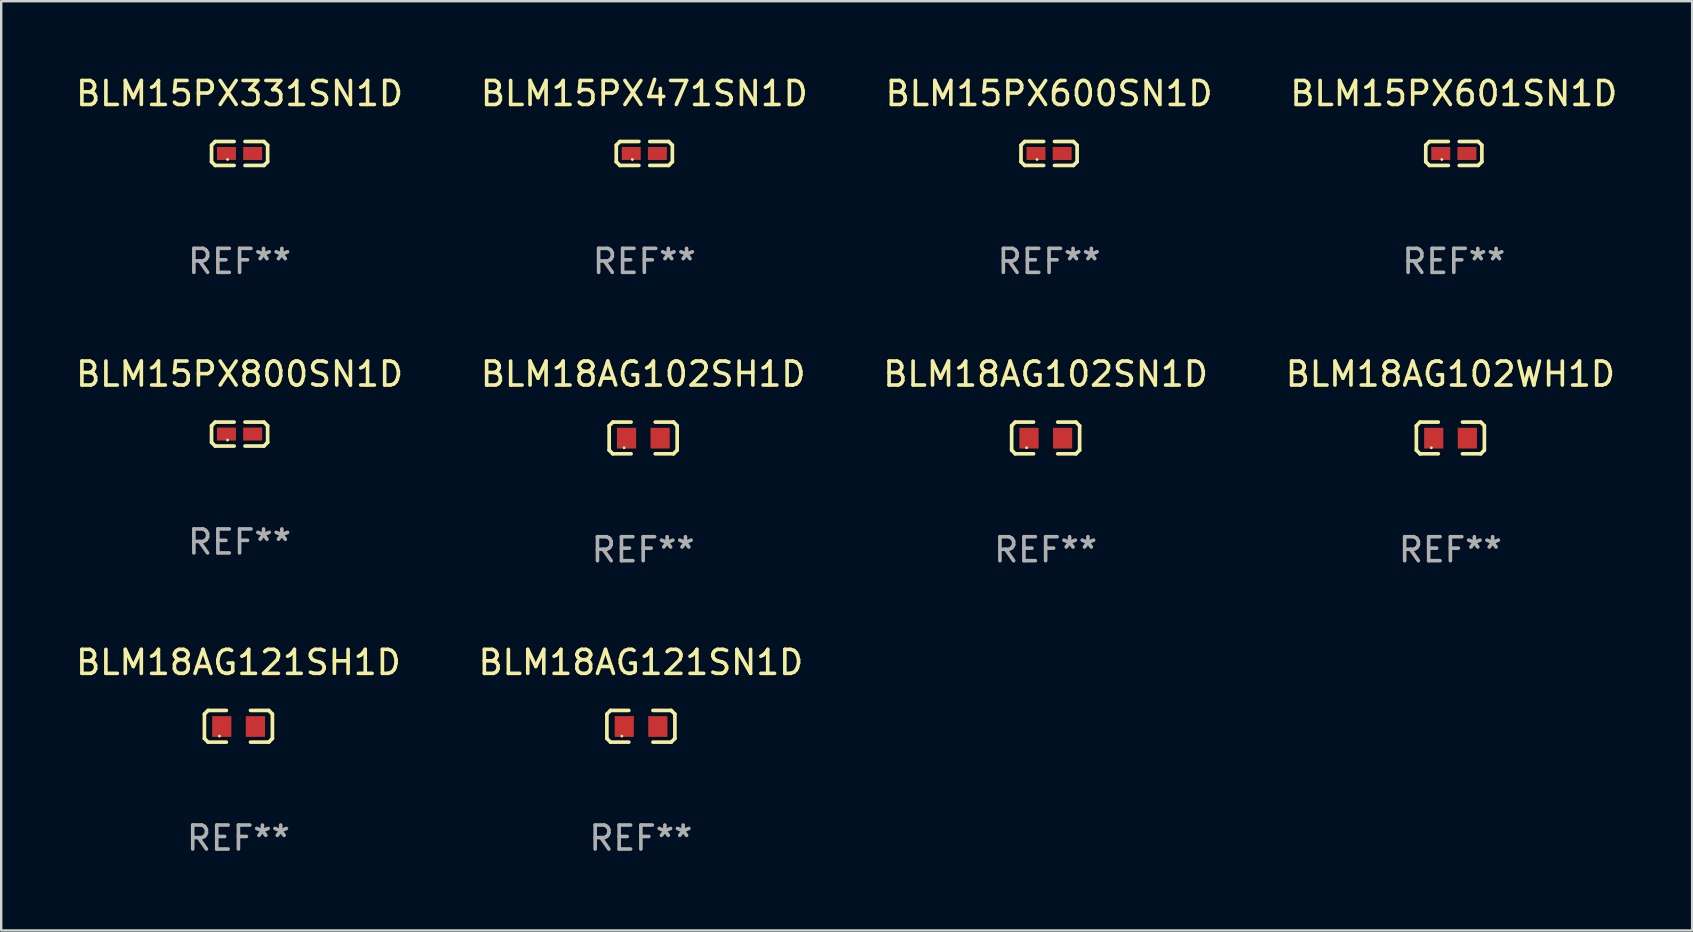
<source format=kicad_pcb>
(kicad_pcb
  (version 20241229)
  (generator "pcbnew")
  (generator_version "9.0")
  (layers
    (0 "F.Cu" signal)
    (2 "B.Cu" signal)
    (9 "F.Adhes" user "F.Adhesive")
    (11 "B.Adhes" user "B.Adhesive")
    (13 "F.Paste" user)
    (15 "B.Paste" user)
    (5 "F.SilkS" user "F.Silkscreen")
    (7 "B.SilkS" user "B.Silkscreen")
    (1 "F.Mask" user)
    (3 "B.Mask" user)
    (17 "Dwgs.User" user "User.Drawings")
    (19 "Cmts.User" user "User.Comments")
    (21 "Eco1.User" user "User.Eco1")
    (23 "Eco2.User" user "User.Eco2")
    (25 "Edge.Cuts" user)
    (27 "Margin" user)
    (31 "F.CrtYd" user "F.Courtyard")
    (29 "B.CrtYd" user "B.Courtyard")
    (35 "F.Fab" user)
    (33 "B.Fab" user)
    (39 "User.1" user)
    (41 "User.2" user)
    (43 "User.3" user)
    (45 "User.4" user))
  (footprint "BLM15PX471SN1D"
    (layer "F.Cu")
    (at 23.804 3.347)
    (property "Reference" "BLM15PX471SN1D" (at 0 -2.499 0) (layer "F.SilkS") (effects (font (size 1 1) (thickness 0.15))))
    (attr through_hole)
    (fp_line (start -1.169 -0.346) (end -1.016 -0.499) (stroke (width 0.152) (type solid)) (layer "F.SilkS"))
    (fp_line (start -1.169 0.346) (end -1.169 -0.346) (stroke (width 0.152) (type solid)) (layer "F.SilkS"))
    (fp_line (start -1.016 -0.499) (end -0.226 -0.499) (stroke (width 0.152) (type solid)) (layer "F.SilkS"))
    (fp_line (start -1.016 0.499) (end -1.169 0.346) (stroke (width 0.152) (type solid)) (layer "F.SilkS"))
    (fp_line (start -0.226 0.499) (end -1.016 0.499) (stroke (width 0.152) (type solid)) (layer "F.SilkS"))
    (fp_line (start 0.226 0.499) (end 1.016 0.499) (stroke (width 0.152) (type solid)) (layer "F.SilkS"))
    (fp_line (start 1.016 -0.499) (end 0.226 -0.499) (stroke (width 0.152) (type solid)) (layer "F.SilkS"))
    (fp_line (start 1.016 0.499) (end 1.169 0.346) (stroke (width 0.152) (type solid)) (layer "F.SilkS"))
    (fp_line (start 1.169 -0.346) (end 1.016 -0.499) (stroke (width 0.152) (type solid)) (layer "F.SilkS"))
    (fp_line (start 1.169 0.346) (end 1.169 -0.346) (stroke (width 0.152) (type solid)) (layer "F.SilkS"))
    (fp_circle (center -0.5 0.25) (end -0.47 0.25) (stroke (width 0.06) (type solid)) (fill no) (layer "F.SilkS"))
    (fp_text user "REF**" (at 0 4.499 0) (layer "F.Fab") (effects (font (size 1 1) (thickness 0.15))))
    (pad "1" smd rect (at -0.545 0) (size 0.79 0.54) (layers "F.Cu" "F.Mask" "F.Paste"))
    (pad "2" smd rect (at 0.545 0) (size 0.79 0.54) (layers "F.Cu" "F.Mask" "F.Paste")))
  (footprint "BLM18AG121SN1D"
    (layer "F.Cu")
    (at 23.661 27.22)
    (property "Reference" "BLM18AG121SN1D" (at 0 -2.661 0) (layer "F.SilkS") (effects (font (size 1 1) (thickness 0.15))))
    (attr through_hole)
    (fp_line (start -1.417 -0.508) (end -1.265 -0.661) (stroke (width 0.152) (type solid)) (layer "F.SilkS"))
    (fp_line (start -1.417 0.508) (end -1.417 -0.508) (stroke (width 0.152) (type solid)) (layer "F.SilkS"))
    (fp_line (start -1.265 -0.661) (end -0.503 -0.661) (stroke (width 0.152) (type solid)) (layer "F.SilkS"))
    (fp_line (start -1.265 0.661) (end -1.417 0.508) (stroke (width 0.152) (type solid)) (layer "F.SilkS"))
    (fp_line (start -1.265 0.661) (end -0.503 0.661) (stroke (width 0.152) (type solid)) (layer "F.SilkS"))
    (fp_line (start 1.265 -0.661) (end 0.503 -0.661) (stroke (width 0.152) (type solid)) (layer "F.SilkS"))
    (fp_line (start 1.265 -0.661) (end 1.417 -0.508) (stroke (width 0.152) (type solid)) (layer "F.SilkS"))
    (fp_line (start 1.265 0.661) (end 0.503 0.661) (stroke (width 0.152) (type solid)) (layer "F.SilkS"))
    (fp_line (start 1.417 -0.508) (end 1.417 0.508) (stroke (width 0.152) (type solid)) (layer "F.SilkS"))
    (fp_line (start 1.417 0.508) (end 1.265 0.661) (stroke (width 0.152) (type solid)) (layer "F.SilkS"))
    (fp_circle (center -0.793 0.409) (end -0.763 0.409) (stroke (width 0.06) (type solid)) (fill no) (layer "F.SilkS"))
    (fp_text user "REF**" (at 0 4.661 0) (layer "F.Fab") (effects (font (size 1 1) (thickness 0.15))))
    (pad "1" smd rect (at -0.693 0.009 180) (size 0.8 0.864) (layers "F.Cu" "F.Mask" "F.Paste"))
    (pad "2" smd rect (at 0.707 0.009 180) (size 0.8 0.864) (layers "F.Cu" "F.Mask" "F.Paste")))
  (footprint "BLM18AG102SH1D"
    (layer "F.Cu")
    (at 23.756 15.203)
    (property "Reference" "BLM18AG102SH1D" (at 0 -2.661 0) (layer "F.SilkS") (effects (font (size 1 1) (thickness 0.15))))
    (attr through_hole)
    (fp_line (start -1.417 -0.508) (end -1.265 -0.661) (stroke (width 0.152) (type solid)) (layer "F.SilkS"))
    (fp_line (start -1.417 0.508) (end -1.417 -0.508) (stroke (width 0.152) (type solid)) (layer "F.SilkS"))
    (fp_line (start -1.265 -0.661) (end -0.503 -0.661) (stroke (width 0.152) (type solid)) (layer "F.SilkS"))
    (fp_line (start -1.265 0.661) (end -1.417 0.508) (stroke (width 0.152) (type solid)) (layer "F.SilkS"))
    (fp_line (start -1.265 0.661) (end -0.503 0.661) (stroke (width 0.152) (type solid)) (layer "F.SilkS"))
    (fp_line (start 1.265 -0.661) (end 0.503 -0.661) (stroke (width 0.152) (type solid)) (layer "F.SilkS"))
    (fp_line (start 1.265 -0.661) (end 1.417 -0.508) (stroke (width 0.152) (type solid)) (layer "F.SilkS"))
    (fp_line (start 1.265 0.661) (end 0.503 0.661) (stroke (width 0.152) (type solid)) (layer "F.SilkS"))
    (fp_line (start 1.417 -0.508) (end 1.417 0.508) (stroke (width 0.152) (type solid)) (layer "F.SilkS"))
    (fp_line (start 1.417 0.508) (end 1.265 0.661) (stroke (width 0.152) (type solid)) (layer "F.SilkS"))
    (fp_circle (center -0.793 0.409) (end -0.763 0.409) (stroke (width 0.06) (type solid)) (fill no) (layer "F.SilkS"))
    (fp_text user "REF**" (at 0 4.661 0) (layer "F.Fab") (effects (font (size 1 1) (thickness 0.15))))
    (pad "1" smd rect (at -0.693 0.009 180) (size 0.8 0.864) (layers "F.Cu" "F.Mask" "F.Paste"))
    (pad "2" smd rect (at 0.707 0.009 180) (size 0.8 0.864) (layers "F.Cu" "F.Mask" "F.Paste")))
  (footprint "BLM18AG121SH1D"
    (layer "F.Cu")
    (at 6.887 27.22)
    (property "Reference" "BLM18AG121SH1D" (at 0 -2.661 0) (layer "F.SilkS") (effects (font (size 1 1) (thickness 0.15))))
    (attr through_hole)
    (fp_line (start -1.417 -0.508) (end -1.265 -0.661) (stroke (width 0.152) (type solid)) (layer "F.SilkS"))
    (fp_line (start -1.417 0.508) (end -1.417 -0.508) (stroke (width 0.152) (type solid)) (layer "F.SilkS"))
    (fp_line (start -1.265 -0.661) (end -0.503 -0.661) (stroke (width 0.152) (type solid)) (layer "F.SilkS"))
    (fp_line (start -1.265 0.661) (end -1.417 0.508) (stroke (width 0.152) (type solid)) (layer "F.SilkS"))
    (fp_line (start -1.265 0.661) (end -0.503 0.661) (stroke (width 0.152) (type solid)) (layer "F.SilkS"))
    (fp_line (start 1.265 -0.661) (end 0.503 -0.661) (stroke (width 0.152) (type solid)) (layer "F.SilkS"))
    (fp_line (start 1.265 -0.661) (end 1.417 -0.508) (stroke (width 0.152) (type solid)) (layer "F.SilkS"))
    (fp_line (start 1.265 0.661) (end 0.503 0.661) (stroke (width 0.152) (type solid)) (layer "F.SilkS"))
    (fp_line (start 1.417 -0.508) (end 1.417 0.508) (stroke (width 0.152) (type solid)) (layer "F.SilkS"))
    (fp_line (start 1.417 0.508) (end 1.265 0.661) (stroke (width 0.152) (type solid)) (layer "F.SilkS"))
    (fp_circle (center -0.793 0.409) (end -0.763 0.409) (stroke (width 0.06) (type solid)) (fill no) (layer "F.SilkS"))
    (fp_text user "REF**" (at 0 4.661 0) (layer "F.Fab") (effects (font (size 1 1) (thickness 0.15))))
    (pad "1" smd rect (at -0.693 0.009 180) (size 0.8 0.864) (layers "F.Cu" "F.Mask" "F.Paste"))
    (pad "2" smd rect (at 0.707 0.009 180) (size 0.8 0.864) (layers "F.Cu" "F.Mask" "F.Paste")))
  (footprint "BLM18AG102WH1D"
    (layer "F.Cu")
    (at 57.399 15.203)
    (property "Reference" "BLM18AG102WH1D" (at 0 -2.661 0) (layer "F.SilkS") (effects (font (size 1 1) (thickness 0.15))))
    (attr through_hole)
    (fp_line (start -1.417 -0.508) (end -1.265 -0.661) (stroke (width 0.152) (type solid)) (layer "F.SilkS"))
    (fp_line (start -1.417 0.508) (end -1.417 -0.508) (stroke (width 0.152) (type solid)) (layer "F.SilkS"))
    (fp_line (start -1.265 -0.661) (end -0.503 -0.661) (stroke (width 0.152) (type solid)) (layer "F.SilkS"))
    (fp_line (start -1.265 0.661) (end -1.417 0.508) (stroke (width 0.152) (type solid)) (layer "F.SilkS"))
    (fp_line (start -1.265 0.661) (end -0.503 0.661) (stroke (width 0.152) (type solid)) (layer "F.SilkS"))
    (fp_line (start 1.265 -0.661) (end 0.503 -0.661) (stroke (width 0.152) (type solid)) (layer "F.SilkS"))
    (fp_line (start 1.265 -0.661) (end 1.417 -0.508) (stroke (width 0.152) (type solid)) (layer "F.SilkS"))
    (fp_line (start 1.265 0.661) (end 0.503 0.661) (stroke (width 0.152) (type solid)) (layer "F.SilkS"))
    (fp_line (start 1.417 -0.508) (end 1.417 0.508) (stroke (width 0.152) (type solid)) (layer "F.SilkS"))
    (fp_line (start 1.417 0.508) (end 1.265 0.661) (stroke (width 0.152) (type solid)) (layer "F.SilkS"))
    (fp_circle (center -0.793 0.409) (end -0.763 0.409) (stroke (width 0.06) (type solid)) (fill no) (layer "F.SilkS"))
    (fp_text user "REF**" (at 0 4.661 0) (layer "F.Fab") (effects (font (size 1 1) (thickness 0.15))))
    (pad "1" smd rect (at -0.693 0.009 180) (size 0.8 0.864) (layers "F.Cu" "F.Mask" "F.Paste"))
    (pad "2" smd rect (at 0.707 0.009 180) (size 0.8 0.864) (layers "F.Cu" "F.Mask" "F.Paste")))
  (footprint "BLM18AG102SN1D"
    (layer "F.Cu")
    (at 40.53 15.203)
    (property "Reference" "BLM18AG102SN1D" (at 0 -2.661 0) (layer "F.SilkS") (effects (font (size 1 1) (thickness 0.15))))
    (attr through_hole)
    (fp_line (start -1.417 -0.508) (end -1.265 -0.661) (stroke (width 0.152) (type solid)) (layer "F.SilkS"))
    (fp_line (start -1.417 0.508) (end -1.417 -0.508) (stroke (width 0.152) (type solid)) (layer "F.SilkS"))
    (fp_line (start -1.265 -0.661) (end -0.503 -0.661) (stroke (width 0.152) (type solid)) (layer "F.SilkS"))
    (fp_line (start -1.265 0.661) (end -1.417 0.508) (stroke (width 0.152) (type solid)) (layer "F.SilkS"))
    (fp_line (start -1.265 0.661) (end -0.503 0.661) (stroke (width 0.152) (type solid)) (layer "F.SilkS"))
    (fp_line (start 1.265 -0.661) (end 0.503 -0.661) (stroke (width 0.152) (type solid)) (layer "F.SilkS"))
    (fp_line (start 1.265 -0.661) (end 1.417 -0.508) (stroke (width 0.152) (type solid)) (layer "F.SilkS"))
    (fp_line (start 1.265 0.661) (end 0.503 0.661) (stroke (width 0.152) (type solid)) (layer "F.SilkS"))
    (fp_line (start 1.417 -0.508) (end 1.417 0.508) (stroke (width 0.152) (type solid)) (layer "F.SilkS"))
    (fp_line (start 1.417 0.508) (end 1.265 0.661) (stroke (width 0.152) (type solid)) (layer "F.SilkS"))
    (fp_circle (center -0.793 0.409) (end -0.763 0.409) (stroke (width 0.06) (type solid)) (fill no) (layer "F.SilkS"))
    (fp_text user "REF**" (at 0 4.661 0) (layer "F.Fab") (effects (font (size 1 1) (thickness 0.15))))
    (pad "1" smd rect (at -0.693 0.009 180) (size 0.8 0.864) (layers "F.Cu" "F.Mask" "F.Paste"))
    (pad "2" smd rect (at 0.707 0.009 180) (size 0.8 0.864) (layers "F.Cu" "F.Mask" "F.Paste")))
  (footprint "BLM15PX600SN1D"
    (layer "F.Cu")
    (at 40.673 3.347)
    (property "Reference" "BLM15PX600SN1D" (at 0 -2.499 0) (layer "F.SilkS") (effects (font (size 1 1) (thickness 0.15))))
    (attr through_hole)
    (fp_line (start -1.169 -0.346) (end -1.016 -0.499) (stroke (width 0.152) (type solid)) (layer "F.SilkS"))
    (fp_line (start -1.169 0.346) (end -1.169 -0.346) (stroke (width 0.152) (type solid)) (layer "F.SilkS"))
    (fp_line (start -1.016 -0.499) (end -0.226 -0.499) (stroke (width 0.152) (type solid)) (layer "F.SilkS"))
    (fp_line (start -1.016 0.499) (end -1.169 0.346) (stroke (width 0.152) (type solid)) (layer "F.SilkS"))
    (fp_line (start -0.226 0.499) (end -1.016 0.499) (stroke (width 0.152) (type solid)) (layer "F.SilkS"))
    (fp_line (start 0.226 0.499) (end 1.016 0.499) (stroke (width 0.152) (type solid)) (layer "F.SilkS"))
    (fp_line (start 1.016 -0.499) (end 0.226 -0.499) (stroke (width 0.152) (type solid)) (layer "F.SilkS"))
    (fp_line (start 1.016 0.499) (end 1.169 0.346) (stroke (width 0.152) (type solid)) (layer "F.SilkS"))
    (fp_line (start 1.169 -0.346) (end 1.016 -0.499) (stroke (width 0.152) (type solid)) (layer "F.SilkS"))
    (fp_line (start 1.169 0.346) (end 1.169 -0.346) (stroke (width 0.152) (type solid)) (layer "F.SilkS"))
    (fp_circle (center -0.5 0.25) (end -0.47 0.25) (stroke (width 0.06) (type solid)) (fill no) (layer "F.SilkS"))
    (fp_text user "REF**" (at 0 4.499 0) (layer "F.Fab") (effects (font (size 1 1) (thickness 0.15))))
    (pad "1" smd rect (at -0.545 0) (size 0.79 0.54) (layers "F.Cu" "F.Mask" "F.Paste"))
    (pad "2" smd rect (at 0.545 0) (size 0.79 0.54) (layers "F.Cu" "F.Mask" "F.Paste")))
  (footprint "BLM15PX800SN1D"
    (layer "F.Cu")
    (at 6.935 15.041)
    (property "Reference" "BLM15PX800SN1D" (at 0 -2.499 0) (layer "F.SilkS") (effects (font (size 1 1) (thickness 0.15))))
    (attr through_hole)
    (fp_line (start -1.169 -0.346) (end -1.016 -0.499) (stroke (width 0.152) (type solid)) (layer "F.SilkS"))
    (fp_line (start -1.169 0.346) (end -1.169 -0.346) (stroke (width 0.152) (type solid)) (layer "F.SilkS"))
    (fp_line (start -1.016 -0.499) (end -0.226 -0.499) (stroke (width 0.152) (type solid)) (layer "F.SilkS"))
    (fp_line (start -1.016 0.499) (end -1.169 0.346) (stroke (width 0.152) (type solid)) (layer "F.SilkS"))
    (fp_line (start -0.226 0.499) (end -1.016 0.499) (stroke (width 0.152) (type solid)) (layer "F.SilkS"))
    (fp_line (start 0.226 0.499) (end 1.016 0.499) (stroke (width 0.152) (type solid)) (layer "F.SilkS"))
    (fp_line (start 1.016 -0.499) (end 0.226 -0.499) (stroke (width 0.152) (type solid)) (layer "F.SilkS"))
    (fp_line (start 1.016 0.499) (end 1.169 0.346) (stroke (width 0.152) (type solid)) (layer "F.SilkS"))
    (fp_line (start 1.169 -0.346) (end 1.016 -0.499) (stroke (width 0.152) (type solid)) (layer "F.SilkS"))
    (fp_line (start 1.169 0.346) (end 1.169 -0.346) (stroke (width 0.152) (type solid)) (layer "F.SilkS"))
    (fp_circle (center -0.5 0.25) (end -0.47 0.25) (stroke (width 0.06) (type solid)) (fill no) (layer "F.SilkS"))
    (fp_text user "REF**" (at 0 4.499 0) (layer "F.Fab") (effects (font (size 1 1) (thickness 0.15))))
    (pad "1" smd rect (at -0.545 0) (size 0.79 0.54) (layers "F.Cu" "F.Mask" "F.Paste"))
    (pad "2" smd rect (at 0.545 0) (size 0.79 0.54) (layers "F.Cu" "F.Mask" "F.Paste")))
  (footprint "BLM15PX331SN1D"
    (layer "F.Cu")
    (at 6.935 3.347)
    (property "Reference" "BLM15PX331SN1D" (at 0 -2.499 0) (layer "F.SilkS") (effects (font (size 1 1) (thickness 0.15))))
    (attr through_hole)
    (fp_line (start -1.169 -0.346) (end -1.016 -0.499) (stroke (width 0.152) (type solid)) (layer "F.SilkS"))
    (fp_line (start -1.169 0.346) (end -1.169 -0.346) (stroke (width 0.152) (type solid)) (layer "F.SilkS"))
    (fp_line (start -1.016 -0.499) (end -0.226 -0.499) (stroke (width 0.152) (type solid)) (layer "F.SilkS"))
    (fp_line (start -1.016 0.499) (end -1.169 0.346) (stroke (width 0.152) (type solid)) (layer "F.SilkS"))
    (fp_line (start -0.226 0.499) (end -1.016 0.499) (stroke (width 0.152) (type solid)) (layer "F.SilkS"))
    (fp_line (start 0.226 0.499) (end 1.016 0.499) (stroke (width 0.152) (type solid)) (layer "F.SilkS"))
    (fp_line (start 1.016 -0.499) (end 0.226 -0.499) (stroke (width 0.152) (type solid)) (layer "F.SilkS"))
    (fp_line (start 1.016 0.499) (end 1.169 0.346) (stroke (width 0.152) (type solid)) (layer "F.SilkS"))
    (fp_line (start 1.169 -0.346) (end 1.016 -0.499) (stroke (width 0.152) (type solid)) (layer "F.SilkS"))
    (fp_line (start 1.169 0.346) (end 1.169 -0.346) (stroke (width 0.152) (type solid)) (layer "F.SilkS"))
    (fp_circle (center -0.5 0.25) (end -0.47 0.25) (stroke (width 0.06) (type solid)) (fill no) (layer "F.SilkS"))
    (fp_text user "REF**" (at 0 4.499 0) (layer "F.Fab") (effects (font (size 1 1) (thickness 0.15))))
    (pad "1" smd rect (at -0.545 0) (size 0.79 0.54) (layers "F.Cu" "F.Mask" "F.Paste"))
    (pad "2" smd rect (at 0.545 0) (size 0.79 0.54) (layers "F.Cu" "F.Mask" "F.Paste")))
  (footprint "BLM15PX601SN1D"
    (layer "F.Cu")
    (at 57.542 3.347)
    (property "Reference" "BLM15PX601SN1D" (at 0 -2.499 0) (layer "F.SilkS") (effects (font (size 1 1) (thickness 0.15))))
    (attr through_hole)
    (fp_line (start -1.169 -0.346) (end -1.016 -0.499) (stroke (width 0.152) (type solid)) (layer "F.SilkS"))
    (fp_line (start -1.169 0.346) (end -1.169 -0.346) (stroke (width 0.152) (type solid)) (layer "F.SilkS"))
    (fp_line (start -1.016 -0.499) (end -0.226 -0.499) (stroke (width 0.152) (type solid)) (layer "F.SilkS"))
    (fp_line (start -1.016 0.499) (end -1.169 0.346) (stroke (width 0.152) (type solid)) (layer "F.SilkS"))
    (fp_line (start -0.226 0.499) (end -1.016 0.499) (stroke (width 0.152) (type solid)) (layer "F.SilkS"))
    (fp_line (start 0.226 0.499) (end 1.016 0.499) (stroke (width 0.152) (type solid)) (layer "F.SilkS"))
    (fp_line (start 1.016 -0.499) (end 0.226 -0.499) (stroke (width 0.152) (type solid)) (layer "F.SilkS"))
    (fp_line (start 1.016 0.499) (end 1.169 0.346) (stroke (width 0.152) (type solid)) (layer "F.SilkS"))
    (fp_line (start 1.169 -0.346) (end 1.016 -0.499) (stroke (width 0.152) (type solid)) (layer "F.SilkS"))
    (fp_line (start 1.169 0.346) (end 1.169 -0.346) (stroke (width 0.152) (type solid)) (layer "F.SilkS"))
    (fp_circle (center -0.5 0.25) (end -0.47 0.25) (stroke (width 0.06) (type solid)) (fill no) (layer "F.SilkS"))
    (fp_text user "REF**" (at 0 4.499 0) (layer "F.Fab") (effects (font (size 1 1) (thickness 0.15))))
    (pad "1" smd rect (at -0.545 0) (size 0.79 0.54) (layers "F.Cu" "F.Mask" "F.Paste"))
    (pad "2" smd rect (at 0.545 0) (size 0.79 0.54) (layers "F.Cu" "F.Mask" "F.Paste")))
  (gr_rect
    (start -3 -3)
    (end 67.476 35.729)
    (stroke (width 0.1) (type default))
    (fill no)
    (layer "Edge.Cuts")))
</source>
